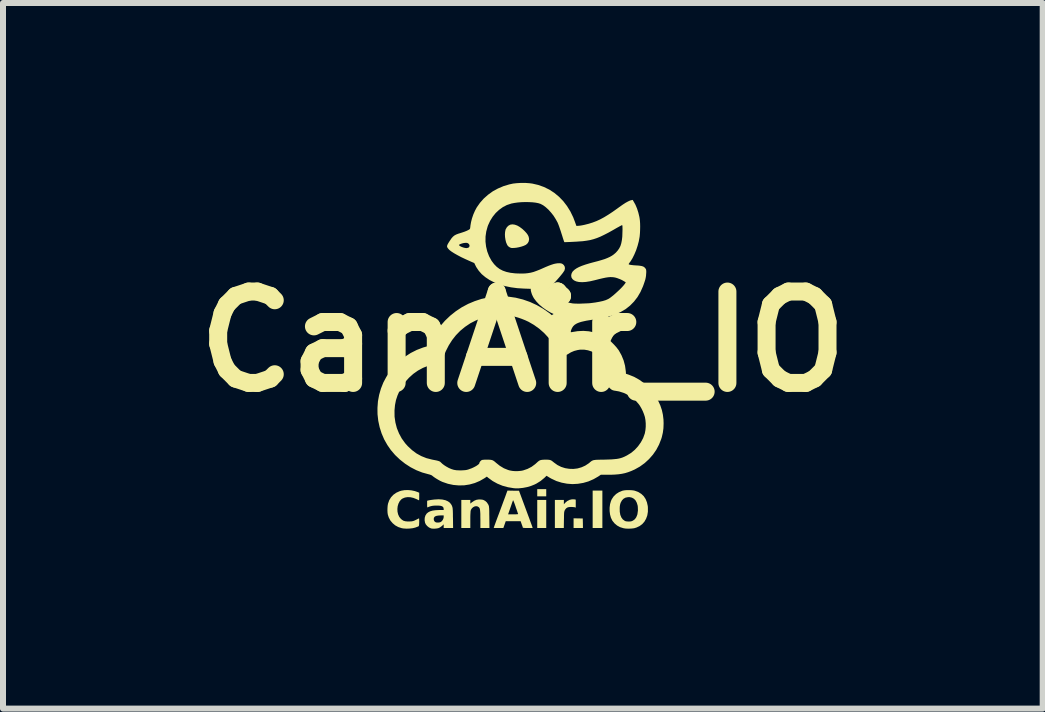
<source format=kicad_pcb>
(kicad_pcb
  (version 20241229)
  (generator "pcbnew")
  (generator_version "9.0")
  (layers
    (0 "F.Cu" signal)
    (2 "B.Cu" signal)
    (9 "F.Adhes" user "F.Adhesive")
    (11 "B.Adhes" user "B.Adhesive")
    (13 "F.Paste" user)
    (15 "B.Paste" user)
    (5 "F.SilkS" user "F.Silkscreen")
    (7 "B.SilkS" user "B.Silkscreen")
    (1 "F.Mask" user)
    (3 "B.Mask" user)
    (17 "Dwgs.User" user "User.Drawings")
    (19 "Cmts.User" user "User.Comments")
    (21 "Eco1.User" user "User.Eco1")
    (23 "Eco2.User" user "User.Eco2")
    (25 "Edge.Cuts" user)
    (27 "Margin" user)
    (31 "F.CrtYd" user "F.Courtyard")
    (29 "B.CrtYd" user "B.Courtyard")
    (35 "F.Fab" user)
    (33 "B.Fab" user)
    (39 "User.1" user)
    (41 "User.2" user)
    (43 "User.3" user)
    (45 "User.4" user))
  (footprint "CanAir_IO"
    (layer "F.Cu")
    (at 5.668 2.646)
    (property "Reference" "CanAir_IO" (at 0 0 0) (layer "F.SilkS") (effects (font (size 1.524 1.524) (thickness 0.3))))
    (attr board_only exclude_from_pos_files exclude_from_bom)
    (fp_poly (pts (xy 0.39 2.58) (xy 0.24 2.58) (xy 0.24 2.46) (xy 0.39 2.46)) (stroke (width 0) (type solid)) (fill yes) (layer "F.SilkS"))
    (fp_poly (pts (xy 0.39 3.108) (xy 0.24 3.108) (xy 0.24 2.64) (xy 0.39 2.64)) (stroke (width 0) (type solid)) (fill yes) (layer "F.SilkS"))
    (fp_poly (pts (xy 1.326 3.108) (xy 1.164 3.108) (xy 1.164 2.484) (xy 1.326 2.484)) (stroke (width 0) (type solid)) (fill yes) (layer "F.SilkS"))
    (fp_poly (pts (xy 0.923 2.948) (xy 0.999 2.949) (xy 1.001 3.029) (xy 1.002 3.108) (xy 0.846 3.108) (xy 0.846 2.946)) (stroke (width 0) (type solid)) (fill yes) (layer "F.SilkS"))
    (fp_poly (pts (xy 0.858 2.63) (xy 0.861 2.631) (xy 0.882 2.635) (xy 0.882 2.768) (xy 0.866 2.762) (xy 0.852 2.76) (xy 0.83 2.758) (xy 0.805 2.757) (xy 0.801 2.757) (xy 0.767 2.759) (xy 0.741 2.767) (xy 0.721 2.781) (xy 0.704 2.803) (xy 0.7 2.81) (xy 0.696 2.819) (xy 0.693 2.828) (xy 0.69 2.84) (xy 0.688 2.855) (xy 0.687 2.876) (xy 0.686 2.904) (xy 0.686 2.941) (xy 0.685 2.972) (xy 0.683 3.108) (xy 0.534 3.108) (xy 0.534 2.64) (xy 0.684 2.64) (xy 0.684 2.712) (xy 0.709 2.685) (xy 0.741 2.658) (xy 0.778 2.639) (xy 0.818 2.63)) (stroke (width 0) (type solid)) (fill yes) (layer "F.SilkS"))
    (fp_poly (pts (xy -0.135 -1.95) (xy -0.093 -1.935) (xy -0.05 -1.91) (xy -0.004 -1.875) (xy 0.03 -1.843) (xy 0.062 -1.808) (xy 0.084 -1.777) (xy 0.097 -1.748) (xy 0.103 -1.718) (xy 0.104 -1.707) (xy 0.098 -1.672) (xy 0.082 -1.642) (xy 0.055 -1.617) (xy 0.047 -1.612) (xy 0.017 -1.598) (xy -0.021 -1.585) (xy -0.063 -1.574) (xy -0.105 -1.566) (xy -0.141 -1.562) (xy -0.168 -1.561) (xy -0.186 -1.561) (xy -0.2 -1.564) (xy -0.213 -1.569) (xy -0.222 -1.574) (xy -0.241 -1.587) (xy -0.256 -1.604) (xy -0.265 -1.621) (xy -0.28 -1.657) (xy -0.29 -1.699) (xy -0.297 -1.744) (xy -0.299 -1.788) (xy -0.296 -1.829) (xy -0.289 -1.864) (xy -0.286 -1.873) (xy -0.265 -1.909) (xy -0.239 -1.934) (xy -0.209 -1.95) (xy -0.174 -1.955)) (stroke (width 0) (type solid)) (fill yes) (layer "F.SilkS"))
    (fp_poly (pts (xy -0.698 2.633) (xy -0.674 2.636) (xy -0.658 2.64) (xy -0.628 2.656) (xy -0.6 2.681) (xy -0.579 2.713) (xy -0.575 2.72) (xy -0.571 2.729) (xy -0.568 2.738) (xy -0.565 2.749) (xy -0.564 2.762) (xy -0.562 2.78) (xy -0.561 2.803) (xy -0.56 2.834) (xy -0.56 2.873) (xy -0.559 2.923) (xy -0.559 2.93) (xy -0.557 3.108) (xy -0.708 3.108) (xy -0.708 2.969) (xy -0.709 2.916) (xy -0.709 2.873) (xy -0.711 2.84) (xy -0.713 2.815) (xy -0.716 2.796) (xy -0.72 2.781) (xy -0.726 2.771) (xy -0.732 2.763) (xy -0.753 2.749) (xy -0.777 2.744) (xy -0.803 2.748) (xy -0.827 2.76) (xy -0.849 2.779) (xy -0.865 2.804) (xy -0.87 2.819) (xy -0.872 2.831) (xy -0.873 2.854) (xy -0.875 2.885) (xy -0.876 2.922) (xy -0.876 2.962) (xy -0.876 2.975) (xy -0.876 3.108) (xy -1.026 3.108) (xy -1.026 2.64) (xy -0.876 2.64) (xy -0.876 2.701) (xy -0.85 2.68) (xy -0.812 2.654) (xy -0.774 2.638) (xy -0.733 2.632) (xy -0.723 2.632)) (stroke (width 0) (type solid)) (fill yes) (layer "F.SilkS"))
    (fp_poly (pts (xy -1.859 2.48) (xy -1.802 2.492) (xy -1.755 2.508) (xy -1.728 2.52) (xy -1.728 2.583) (xy -1.728 2.609) (xy -1.729 2.63) (xy -1.73 2.643) (xy -1.731 2.646) (xy -1.737 2.644) (xy -1.751 2.637) (xy -1.77 2.628) (xy -1.774 2.626) (xy -1.825 2.606) (xy -1.874 2.595) (xy -1.922 2.593) (xy -1.966 2.6) (xy -2.005 2.616) (xy -2.027 2.631) (xy -2.054 2.662) (xy -2.074 2.701) (xy -2.087 2.744) (xy -2.092 2.79) (xy -2.09 2.836) (xy -2.08 2.88) (xy -2.062 2.92) (xy -2.043 2.945) (xy -2.018 2.969) (xy -1.992 2.986) (xy -1.962 2.995) (xy -1.926 2.999) (xy -1.894 2.999) (xy -1.872 2.998) (xy -1.854 2.997) (xy -1.839 2.994) (xy -1.823 2.99) (xy -1.805 2.983) (xy -1.782 2.972) (xy -1.752 2.957) (xy -1.733 2.947) (xy -1.73 2.951) (xy -1.729 2.965) (xy -1.728 2.984) (xy -1.728 3.007) (xy -1.729 3.03) (xy -1.73 3.052) (xy -1.733 3.068) (xy -1.735 3.077) (xy -1.736 3.077) (xy -1.745 3.082) (xy -1.762 3.089) (xy -1.784 3.097) (xy -1.791 3.1) (xy -1.835 3.111) (xy -1.886 3.117) (xy -1.939 3.119) (xy -1.989 3.116) (xy -2.019 3.111) (xy -2.077 3.092) (xy -2.128 3.064) (xy -2.172 3.027) (xy -2.209 2.983) (xy -2.236 2.932) (xy -2.251 2.886) (xy -2.256 2.854) (xy -2.258 2.815) (xy -2.257 2.773) (xy -2.254 2.734) (xy -2.248 2.702) (xy -2.228 2.645) (xy -2.198 2.596) (xy -2.159 2.554) (xy -2.111 2.52) (xy -2.056 2.495) (xy -2.027 2.486) (xy -1.975 2.477) (xy -1.918 2.475)) (stroke (width 0) (type solid)) (fill yes) (layer "F.SilkS"))
    (fp_poly (pts (xy -0.16 2.486) (xy -0.064 2.487) (xy 0.046 2.784) (xy 0.067 2.841) (xy 0.087 2.895) (xy 0.106 2.945) (xy 0.122 2.99) (xy 0.136 3.028) (xy 0.147 3.058) (xy 0.155 3.08) (xy 0.159 3.093) (xy 0.16 3.095) (xy 0.163 3.108) (xy 0.082 3.108) (xy 0.05 3.108) (xy 0.025 3.107) (xy 0.007 3.105) (xy 0.000112 3.103) (xy 0 3.103) (xy -0.002 3.095) (xy -0.007 3.078) (xy -0.015 3.057) (xy -0.019 3.046) (xy -0.037 2.994) (xy -0.161 2.994) (xy -0.285 2.994) (xy -0.305 3.051) (xy -0.325 3.108) (xy -0.406 3.108) (xy -0.435 3.108) (xy -0.46 3.108) (xy -0.477 3.107) (xy -0.486 3.106) (xy -0.486 3.106) (xy -0.484 3.1) (xy -0.478 3.083) (xy -0.469 3.058) (xy -0.457 3.025) (xy -0.442 2.984) (xy -0.425 2.938) (xy -0.406 2.887) (xy -0.403 2.88) (xy -0.246 2.88) (xy -0.161 2.88) (xy -0.126 2.88) (xy -0.102 2.879) (xy -0.087 2.878) (xy -0.08 2.875) (xy -0.079 2.873) (xy -0.082 2.865) (xy -0.088 2.848) (xy -0.096 2.823) (xy -0.107 2.792) (xy -0.119 2.758) (xy -0.12 2.753) (xy -0.132 2.719) (xy -0.143 2.689) (xy -0.152 2.666) (xy -0.159 2.651) (xy -0.162 2.645) (xy -0.163 2.645) (xy -0.166 2.652) (xy -0.172 2.668) (xy -0.181 2.692) (xy -0.191 2.722) (xy -0.203 2.757) (xy -0.206 2.765) (xy -0.246 2.88) (xy -0.403 2.88) (xy -0.385 2.832) (xy -0.377 2.81) (xy -0.356 2.753) (xy -0.336 2.699) (xy -0.318 2.65) (xy -0.301 2.605) (xy -0.287 2.567) (xy -0.276 2.536) (xy -0.268 2.514) (xy -0.263 2.502) (xy -0.263 2.501) (xy -0.257 2.484)) (stroke (width 0) (type solid)) (fill yes) (layer "F.SilkS"))
    (fp_poly (pts (xy 1.815 2.478) (xy 1.848 2.482) (xy 1.869 2.487) (xy 1.927 2.509) (xy 1.976 2.54) (xy 2.016 2.578) (xy 2.047 2.625) (xy 2.069 2.68) (xy 2.083 2.742) (xy 2.085 2.771) (xy 2.085 2.837) (xy 2.075 2.898) (xy 2.055 2.953) (xy 2.027 3.002) (xy 1.991 3.043) (xy 1.946 3.076) (xy 1.895 3.1) (xy 1.855 3.112) (xy 1.814 3.117) (xy 1.768 3.119) (xy 1.721 3.118) (xy 1.68 3.112) (xy 1.676 3.111) (xy 1.621 3.094) (xy 1.572 3.067) (xy 1.529 3.031) (xy 1.494 2.988) (xy 1.49 2.981) (xy 1.468 2.935) (xy 1.454 2.883) (xy 1.447 2.826) (xy 1.447 2.778) (xy 1.615 2.778) (xy 1.616 2.838) (xy 1.625 2.889) (xy 1.642 2.931) (xy 1.666 2.964) (xy 1.697 2.987) (xy 1.711 2.994) (xy 1.724 2.997) (xy 1.745 2.999) (xy 1.766 3) (xy 1.792 2.999) (xy 1.812 2.995) (xy 1.831 2.987) (xy 1.837 2.984) (xy 1.868 2.961) (xy 1.891 2.929) (xy 1.908 2.887) (xy 1.911 2.874) (xy 1.919 2.815) (xy 1.917 2.756) (xy 1.914 2.733) (xy 1.9 2.687) (xy 1.88 2.649) (xy 1.853 2.621) (xy 1.819 2.602) (xy 1.78 2.593) (xy 1.75 2.594) (xy 1.711 2.602) (xy 1.679 2.62) (xy 1.653 2.647) (xy 1.633 2.682) (xy 1.626 2.701) (xy 1.621 2.72) (xy 1.617 2.744) (xy 1.615 2.775) (xy 1.615 2.778) (xy 1.447 2.778) (xy 1.447 2.768) (xy 1.454 2.711) (xy 1.469 2.659) (xy 1.483 2.627) (xy 1.515 2.58) (xy 1.555 2.541) (xy 1.603 2.51) (xy 1.656 2.488) (xy 1.671 2.484) (xy 1.7 2.479) (xy 1.737 2.476) (xy 1.776 2.476)) (stroke (width 0) (type solid)) (fill yes) (layer "F.SilkS"))
    (fp_poly (pts (xy -1.343 2.633) (xy -1.29 2.645) (xy -1.247 2.664) (xy -1.213 2.691) (xy -1.188 2.725) (xy -1.181 2.742) (xy -1.177 2.753) (xy -1.174 2.764) (xy -1.171 2.776) (xy -1.17 2.793) (xy -1.168 2.814) (xy -1.167 2.842) (xy -1.166 2.878) (xy -1.166 2.924) (xy -1.165 2.942) (xy -1.163 3.108) (xy -1.32 3.108) (xy -1.32 3.047) (xy -1.349 3.074) (xy -1.383 3.099) (xy -1.41 3.111) (xy -1.438 3.116) (xy -1.469 3.119) (xy -1.5 3.119) (xy -1.525 3.116) (xy -1.53 3.115) (xy -1.565 3.099) (xy -1.595 3.075) (xy -1.619 3.046) (xy -1.631 3.019) (xy -1.638 2.978) (xy -1.637 2.96) (xy -1.486 2.96) (xy -1.482 2.982) (xy -1.47 3.001) (xy -1.458 3.01) (xy -1.436 3.017) (xy -1.408 3.017) (xy -1.382 3.013) (xy -1.37 3.008) (xy -1.35 2.993) (xy -1.333 2.969) (xy -1.322 2.942) (xy -1.32 2.923) (xy -1.32 2.898) (xy -1.367 2.898) (xy -1.408 2.9) (xy -1.442 2.906) (xy -1.466 2.916) (xy -1.471 2.921) (xy -1.483 2.938) (xy -1.486 2.96) (xy -1.637 2.96) (xy -1.636 2.938) (xy -1.625 2.901) (xy -1.606 2.871) (xy -1.605 2.869) (xy -1.579 2.847) (xy -1.547 2.83) (xy -1.506 2.818) (xy -1.456 2.811) (xy -1.396 2.808) (xy -1.385 2.808) (xy -1.32 2.808) (xy -1.32 2.793) (xy -1.323 2.771) (xy -1.333 2.755) (xy -1.351 2.744) (xy -1.377 2.737) (xy -1.414 2.734) (xy -1.44 2.734) (xy -1.477 2.735) (xy -1.507 2.738) (xy -1.534 2.744) (xy -1.563 2.753) (xy -1.586 2.763) (xy -1.591 2.764) (xy -1.594 2.761) (xy -1.595 2.752) (xy -1.596 2.734) (xy -1.596 2.711) (xy -1.596 2.654) (xy -1.57 2.647) (xy -1.554 2.644) (xy -1.529 2.64) (xy -1.499 2.636) (xy -1.475 2.633) (xy -1.404 2.629)) (stroke (width 0) (type solid)) (fill yes) (layer "F.SilkS"))
    (fp_poly (pts (xy 0.042 -2.646) (xy 0.11 -2.641) (xy 0.157 -2.635) (xy 0.257 -2.612) (xy 0.352 -2.578) (xy 0.442 -2.534) (xy 0.525 -2.48) (xy 0.602 -2.416) (xy 0.673 -2.343) (xy 0.736 -2.261) (xy 0.792 -2.171) (xy 0.84 -2.072) (xy 0.867 -2.001) (xy 0.893 -1.929) (xy 0.928 -1.931) (xy 0.949 -1.933) (xy 0.977 -1.937) (xy 1.008 -1.943) (xy 1.031 -1.948) (xy 1.098 -1.965) (xy 1.162 -1.985) (xy 1.226 -2.009) (xy 1.289 -2.038) (xy 1.354 -2.073) (xy 1.423 -2.115) (xy 1.496 -2.163) (xy 1.575 -2.219) (xy 1.608 -2.243) (xy 1.663 -2.282) (xy 1.712 -2.314) (xy 1.754 -2.337) (xy 1.789 -2.353) (xy 1.805 -2.357) (xy 1.831 -2.363) (xy 1.846 -2.338) (xy 1.877 -2.283) (xy 1.904 -2.219) (xy 1.926 -2.15) (xy 1.943 -2.079) (xy 1.947 -2.055) (xy 1.952 -2.017) (xy 1.955 -1.97) (xy 1.956 -1.918) (xy 1.955 -1.864) (xy 1.953 -1.813) (xy 1.949 -1.767) (xy 1.947 -1.748) (xy 1.933 -1.672) (xy 1.913 -1.597) (xy 1.889 -1.524) (xy 1.86 -1.455) (xy 1.829 -1.392) (xy 1.796 -1.338) (xy 1.781 -1.319) (xy 1.771 -1.305) (xy 1.765 -1.294) (xy 1.764 -1.291) (xy 1.77 -1.286) (xy 1.787 -1.281) (xy 1.814 -1.277) (xy 1.849 -1.273) (xy 1.893 -1.27) (xy 1.902 -1.27) (xy 1.946 -1.266) (xy 1.981 -1.26) (xy 2.007 -1.252) (xy 2.027 -1.239) (xy 2.043 -1.222) (xy 2.045 -1.218) (xy 2.052 -1.208) (xy 2.055 -1.198) (xy 2.057 -1.185) (xy 2.058 -1.166) (xy 2.057 -1.139) (xy 2.056 -1.134) (xy 2.054 -1.1) (xy 2.049 -1.068) (xy 2.042 -1.035) (xy 2.03 -0.998) (xy 2.015 -0.954) (xy 2.003 -0.921) (xy 1.961 -0.827) (xy 1.911 -0.742) (xy 1.853 -0.667) (xy 1.787 -0.6) (xy 1.714 -0.542) (xy 1.632 -0.494) (xy 1.57 -0.465) (xy 1.525 -0.448) (xy 1.48 -0.432) (xy 1.432 -0.418) (xy 1.38 -0.405) (xy 1.321 -0.393) (xy 1.254 -0.381) (xy 1.183 -0.369) (xy 1.117 -0.358) (xy 1.061 -0.349) (xy 1.015 -0.339) (xy 0.976 -0.33) (xy 0.944 -0.32) (xy 0.917 -0.31) (xy 0.894 -0.299) (xy 0.873 -0.286) (xy 0.861 -0.278) (xy 0.839 -0.256) (xy 0.82 -0.227) (xy 0.806 -0.195) (xy 0.801 -0.178) (xy 0.799 -0.163) (xy 0.801 -0.157) (xy 0.809 -0.157) (xy 0.814 -0.158) (xy 0.913 -0.174) (xy 1.008 -0.179) (xy 1.101 -0.172) (xy 1.19 -0.153) (xy 1.277 -0.123) (xy 1.359 -0.082) (xy 1.39 -0.063) (xy 1.432 -0.032) (xy 1.476 0.006) (xy 1.519 0.049) (xy 1.559 0.093) (xy 1.592 0.136) (xy 1.6 0.147) (xy 1.645 0.228) (xy 1.68 0.313) (xy 1.704 0.403) (xy 1.717 0.498) (xy 1.718 0.513) (xy 1.719 0.536) (xy 1.767 0.552) (xy 1.856 0.588) (xy 1.94 0.635) (xy 2.019 0.691) (xy 2.091 0.757) (xy 2.157 0.83) (xy 2.214 0.912) (xy 2.263 1) (xy 2.292 1.064) (xy 2.318 1.141) (xy 2.335 1.218) (xy 2.345 1.3) (xy 2.347 1.365) (xy 2.344 1.446) (xy 2.334 1.52) (xy 2.317 1.593) (xy 2.307 1.625) (xy 2.271 1.717) (xy 2.225 1.804) (xy 2.169 1.885) (xy 2.104 1.959) (xy 2.031 2.026) (xy 1.951 2.084) (xy 1.865 2.132) (xy 1.809 2.157) (xy 1.756 2.177) (xy 1.704 2.193) (xy 1.652 2.204) (xy 1.597 2.212) (xy 1.537 2.217) (xy 1.469 2.22) (xy 1.428 2.22) (xy 1.3 2.22) (xy 1.259 2.248) (xy 1.179 2.294) (xy 1.094 2.331) (xy 1.007 2.356) (xy 0.917 2.371) (xy 0.826 2.376) (xy 0.736 2.369) (xy 0.647 2.352) (xy 0.56 2.325) (xy 0.477 2.286) (xy 0.45 2.271) (xy 0.395 2.237) (xy 0.358 2.273) (xy 0.296 2.324) (xy 0.227 2.367) (xy 0.195 2.383) (xy 0.135 2.407) (xy 0.07 2.426) (xy 0.002 2.439) (xy -0.065 2.446) (xy -0.128 2.446) (xy -0.153 2.444) (xy -0.249 2.428) (xy -0.34 2.403) (xy -0.425 2.368) (xy -0.503 2.325) (xy -0.573 2.274) (xy -0.575 2.273) (xy -0.6 2.251) (xy -0.64 2.278) (xy -0.718 2.323) (xy -0.801 2.358) (xy -0.887 2.382) (xy -0.977 2.396) (xy -1.067 2.398) (xy -1.158 2.39) (xy -1.248 2.371) (xy -1.336 2.341) (xy -1.348 2.336) (xy -1.378 2.322) (xy -1.412 2.303) (xy -1.447 2.282) (xy -1.479 2.261) (xy -1.504 2.242) (xy -1.512 2.235) (xy -1.529 2.225) (xy -1.556 2.216) (xy -1.575 2.211) (xy -1.677 2.183) (xy -1.776 2.144) (xy -1.873 2.094) (xy -1.964 2.035) (xy -2.05 1.967) (xy -2.13 1.891) (xy -2.201 1.808) (xy -2.258 1.726) (xy -2.312 1.631) (xy -2.355 1.531) (xy -2.388 1.427) (xy -2.411 1.32) (xy -2.423 1.212) (xy -2.424 1.152) (xy -2.14 1.152) (xy -2.139 1.252) (xy -2.125 1.349) (xy -2.101 1.442) (xy -2.065 1.531) (xy -2.019 1.616) (xy -1.962 1.695) (xy -1.917 1.745) (xy -1.847 1.81) (xy -1.773 1.865) (xy -1.693 1.909) (xy -1.608 1.943) (xy -1.515 1.967) (xy -1.48 1.974) (xy -1.443 1.981) (xy -1.415 1.988) (xy -1.394 1.995) (xy -1.379 2.003) (xy -1.367 2.014) (xy -1.365 2.016) (xy -1.343 2.037) (xy -1.313 2.06) (xy -1.279 2.082) (xy -1.243 2.102) (xy -1.236 2.106) (xy -1.192 2.125) (xy -1.15 2.138) (xy -1.107 2.145) (xy -1.058 2.147) (xy -1.021 2.147) (xy -0.986 2.145) (xy -0.959 2.143) (xy -0.935 2.139) (xy -0.912 2.133) (xy -0.89 2.125) (xy -0.856 2.113) (xy -0.823 2.098) (xy -0.792 2.082) (xy -0.765 2.066) (xy -0.744 2.05) (xy -0.73 2.038) (xy -0.726 2.029) (xy -0.722 2.014) (xy -0.71 1.996) (xy -0.695 1.982) (xy -0.69 1.978) (xy -0.679 1.973) (xy -0.664 1.971) (xy -0.642 1.969) (xy -0.611 1.968) (xy -0.6 1.968) (xy -0.563 1.969) (xy -0.534 1.971) (xy -0.511 1.976) (xy -0.492 1.985) (xy -0.472 1.999) (xy -0.45 2.018) (xy -0.448 2.02) (xy -0.384 2.071) (xy -0.316 2.112) (xy -0.244 2.141) (xy -0.219 2.148) (xy -0.176 2.156) (xy -0.126 2.16) (xy -0.075 2.159) (xy -0.026 2.154) (xy 0.004 2.148) (xy 0.077 2.123) (xy 0.145 2.088) (xy 0.206 2.043) (xy 0.227 2.024) (xy 0.251 2.002) (xy 0.272 1.986) (xy 0.294 1.976) (xy 0.32 1.971) (xy 0.352 1.969) (xy 0.377 1.968) (xy 0.412 1.969) (xy 0.439 1.971) (xy 0.46 1.976) (xy 0.479 1.985) (xy 0.499 2) (xy 0.52 2.017) (xy 0.577 2.058) (xy 0.639 2.089) (xy 0.705 2.11) (xy 0.773 2.121) (xy 0.843 2.123) (xy 0.911 2.115) (xy 0.978 2.096) (xy 1.04 2.068) (xy 1.098 2.03) (xy 1.108 2.022) (xy 1.124 2.008) (xy 1.138 1.997) (xy 1.151 1.988) (xy 1.164 1.982) (xy 1.178 1.977) (xy 1.197 1.974) (xy 1.22 1.971) (xy 1.25 1.97) (xy 1.288 1.969) (xy 1.336 1.968) (xy 1.359 1.968) (xy 1.425 1.966) (xy 1.48 1.964) (xy 1.526 1.96) (xy 1.566 1.956) (xy 1.601 1.95) (xy 1.633 1.942) (xy 1.663 1.932) (xy 1.694 1.919) (xy 1.726 1.903) (xy 1.739 1.896) (xy 1.806 1.855) (xy 1.867 1.804) (xy 1.921 1.745) (xy 1.968 1.679) (xy 2.006 1.608) (xy 2.033 1.533) (xy 2.035 1.524) (xy 2.044 1.475) (xy 2.049 1.42) (xy 2.049 1.362) (xy 2.044 1.306) (xy 2.035 1.257) (xy 2.02 1.21) (xy 2 1.16) (xy 1.975 1.11) (xy 1.949 1.066) (xy 1.933 1.044) (xy 1.881 0.984) (xy 1.82 0.932) (xy 1.753 0.889) (xy 1.681 0.855) (xy 1.605 0.831) (xy 1.554 0.822) (xy 1.523 0.817) (xy 1.5 0.811) (xy 1.481 0.802) (xy 1.463 0.788) (xy 1.445 0.772) (xy 1.423 0.744) (xy 1.41 0.714) (xy 1.405 0.678) (xy 1.407 0.635) (xy 1.412 0.605) (xy 1.418 0.568) (xy 1.417 0.529) (xy 1.416 0.52) (xy 1.403 0.452) (xy 1.379 0.389) (xy 1.347 0.331) (xy 1.307 0.279) (xy 1.259 0.233) (xy 1.206 0.195) (xy 1.148 0.165) (xy 1.086 0.145) (xy 1.022 0.134) (xy 0.956 0.134) (xy 0.912 0.141) (xy 0.855 0.156) (xy 0.801 0.179) (xy 0.76 0.204) (xy 0.735 0.218) (xy 0.71 0.224) (xy 0.707 0.224) (xy 0.664 0.22) (xy 0.626 0.205) (xy 0.592 0.179) (xy 0.562 0.141) (xy 0.549 0.119) (xy 0.494 0.025) (xy 0.429 -0.063) (xy 0.354 -0.144) (xy 0.272 -0.216) (xy 0.182 -0.28) (xy 0.096 -0.33) (xy 0.04 -0.356) (xy -0.02 -0.38) (xy -0.081 -0.401) (xy -0.139 -0.417) (xy -0.163 -0.423) (xy -0.268 -0.438) (xy -0.374 -0.443) (xy -0.48 -0.436) (xy -0.584 -0.419) (xy -0.686 -0.391) (xy -0.783 -0.353) (xy -0.875 -0.306) (xy -0.961 -0.248) (xy -0.963 -0.247) (xy -1.044 -0.18) (xy -1.116 -0.106) (xy -1.179 -0.026) (xy -1.235 0.062) (xy -1.284 0.158) (xy -1.318 0.24) (xy -1.334 0.279) (xy -1.35 0.309) (xy -1.367 0.331) (xy -1.388 0.348) (xy -1.415 0.36) (xy -1.451 0.371) (xy -1.481 0.378) (xy -1.578 0.403) (xy -1.666 0.438) (xy -1.749 0.483) (xy -1.827 0.538) (xy -1.899 0.603) (xy -1.959 0.67) (xy -2.01 0.74) (xy -2.054 0.816) (xy -2.054 0.817) (xy -2.09 0.898) (xy -2.116 0.977) (xy -2.132 1.059) (xy -2.14 1.148) (xy -2.14 1.152) (xy -2.424 1.152) (xy -2.424 1.103) (xy -2.416 0.994) (xy -2.396 0.887) (xy -2.366 0.783) (xy -2.326 0.682) (xy -2.275 0.586) (xy -2.274 0.585) (xy -2.209 0.489) (xy -2.136 0.402) (xy -2.055 0.322) (xy -1.966 0.252) (xy -1.87 0.19) (xy -1.769 0.139) (xy -1.662 0.098) (xy -1.592 0.078) (xy -1.576 0.072) (xy -1.567 0.066) (xy -1.566 0.063) (xy -1.563 0.054) (xy -1.556 0.036) (xy -1.544 0.012) (xy -1.529 -0.017) (xy -1.513 -0.048) (xy -1.496 -0.08) (xy -1.479 -0.11) (xy -1.464 -0.137) (xy -1.452 -0.156) (xy -1.379 -0.256) (xy -1.299 -0.348) (xy -1.211 -0.432) (xy -1.117 -0.507) (xy -1.017 -0.573) (xy -0.912 -0.629) (xy -0.802 -0.675) (xy -0.689 -0.712) (xy -0.573 -0.737) (xy -0.455 -0.752) (xy -0.335 -0.755) (xy -0.243 -0.75) (xy -0.119 -0.732) (xy 0.002 -0.702) (xy 0.119 -0.661) (xy 0.232 -0.609) (xy 0.341 -0.546) (xy 0.445 -0.473) (xy 0.543 -0.388) (xy 0.547 -0.385) (xy 0.569 -0.365) (xy 0.585 -0.352) (xy 0.601 -0.343) (xy 0.618 -0.338) (xy 0.639 -0.334) (xy 0.647 -0.333) (xy 0.673 -0.33) (xy 0.646 -0.364) (xy 0.627 -0.388) (xy 0.611 -0.406) (xy 0.594 -0.42) (xy 0.573 -0.432) (xy 0.547 -0.445) (xy 0.531 -0.452) (xy 0.459 -0.486) (xy 0.391 -0.527) (xy 0.329 -0.571) (xy 0.272 -0.619) (xy 0.225 -0.669) (xy 0.187 -0.719) (xy 0.18 -0.73) (xy 0.165 -0.758) (xy 0.151 -0.789) (xy 0.141 -0.82) (xy 0.134 -0.847) (xy 0.132 -0.862) (xy 0.132 -0.88) (xy 0.02 -0.884) (xy -0.092 -0.891) (xy -0.198 -0.905) (xy -0.298 -0.926) (xy -0.392 -0.954) (xy -0.478 -0.988) (xy -0.556 -1.028) (xy -0.625 -1.074) (xy -0.686 -1.125) (xy -0.736 -1.182) (xy -0.777 -1.243) (xy -0.787 -1.263) (xy -0.81 -1.31) (xy -0.877 -1.339) (xy -0.957 -1.375) (xy -1.029 -1.409) (xy -1.091 -1.442) (xy -1.144 -1.472) (xy -1.188 -1.5) (xy -1.22 -1.524) (xy -1.237 -1.541) (xy -1.251 -1.558) (xy -1.26 -1.572) (xy -1.264 -1.586) (xy -1.262 -1.602) (xy -1.258 -1.611) (xy -1.065 -1.611) (xy -1.062 -1.605) (xy -1.061 -1.604) (xy -1.045 -1.591) (xy -1.021 -1.579) (xy -0.993 -1.569) (xy -0.965 -1.562) (xy -0.94 -1.559) (xy -0.927 -1.561) (xy -0.914 -1.565) (xy -0.908 -1.566) (xy -0.908 -1.566) (xy -0.904 -1.57) (xy -0.897 -1.576) (xy -0.889 -1.591) (xy -0.89 -1.609) (xy -0.899 -1.626) (xy -0.915 -1.64) (xy -0.932 -1.646) (xy -0.954 -1.647) (xy -0.983 -1.644) (xy -1.013 -1.637) (xy -1.039 -1.628) (xy -1.046 -1.625) (xy -1.06 -1.617) (xy -1.065 -1.611) (xy -1.258 -1.611) (xy -1.254 -1.622) (xy -1.239 -1.648) (xy -1.227 -1.667) (xy -0.623 -1.667) (xy -0.613 -1.583) (xy -0.593 -1.501) (xy -0.563 -1.423) (xy -0.523 -1.35) (xy -0.519 -1.344) (xy -0.479 -1.291) (xy -0.436 -1.247) (xy -0.388 -1.211) (xy -0.334 -1.183) (xy -0.274 -1.162) (xy -0.205 -1.147) (xy -0.127 -1.138) (xy -0.084 -1.136) (xy -0.022 -1.135) (xy 0.033 -1.136) (xy 0.082 -1.141) (xy 0.13 -1.149) (xy 0.177 -1.161) (xy 0.227 -1.179) (xy 0.283 -1.201) (xy 0.324 -1.219) (xy 0.385 -1.246) (xy 0.436 -1.267) (xy 0.48 -1.283) (xy 0.518 -1.295) (xy 0.551 -1.302) (xy 0.581 -1.306) (xy 0.585 -1.306) (xy 0.619 -1.307) (xy 0.643 -1.303) (xy 0.663 -1.294) (xy 0.681 -1.278) (xy 0.686 -1.272) (xy 0.699 -1.248) (xy 0.702 -1.22) (xy 0.695 -1.19) (xy 0.693 -1.185) (xy 0.682 -1.168) (xy 0.665 -1.143) (xy 0.641 -1.113) (xy 0.613 -1.079) (xy 0.581 -1.042) (xy 0.546 -1.003) (xy 0.522 -0.977) (xy 0.497 -0.951) (xy 0.474 -0.926) (xy 0.455 -0.905) (xy 0.441 -0.889) (xy 0.435 -0.883) (xy 0.419 -0.864) (xy 0.46 -0.823) (xy 0.513 -0.777) (xy 0.572 -0.736) (xy 0.636 -0.7) (xy 0.702 -0.671) (xy 0.767 -0.649) (xy 0.829 -0.637) (xy 0.839 -0.636) (xy 0.87 -0.634) (xy 0.91 -0.633) (xy 0.956 -0.633) (xy 1.005 -0.635) (xy 1.053 -0.637) (xy 1.099 -0.639) (xy 1.131 -0.642) (xy 1.207 -0.652) (xy 1.275 -0.664) (xy 1.334 -0.677) (xy 1.383 -0.692) (xy 1.421 -0.709) (xy 1.425 -0.711) (xy 1.451 -0.727) (xy 1.481 -0.75) (xy 1.516 -0.778) (xy 1.552 -0.81) (xy 1.588 -0.843) (xy 1.623 -0.876) (xy 1.654 -0.908) (xy 1.68 -0.937) (xy 1.699 -0.961) (xy 1.706 -0.971) (xy 1.716 -0.989) (xy 1.676 -1.013) (xy 1.651 -1.027) (xy 1.62 -1.041) (xy 1.588 -1.053) (xy 1.578 -1.057) (xy 1.549 -1.066) (xy 1.52 -1.072) (xy 1.491 -1.075) (xy 1.459 -1.076) (xy 1.423 -1.073) (xy 1.382 -1.067) (xy 1.334 -1.057) (xy 1.278 -1.044) (xy 1.212 -1.027) (xy 1.2 -1.024) (xy 1.122 -1.006) (xy 1.052 -0.995) (xy 0.989 -0.991) (xy 0.935 -0.994) (xy 0.89 -1.004) (xy 0.853 -1.021) (xy 0.828 -1.042) (xy 0.811 -1.069) (xy 0.806 -1.1) (xy 0.811 -1.131) (xy 0.826 -1.162) (xy 0.836 -1.174) (xy 0.861 -1.198) (xy 0.894 -1.221) (xy 0.935 -1.243) (xy 0.985 -1.264) (xy 1.045 -1.285) (xy 1.115 -1.306) (xy 1.178 -1.323) (xy 1.251 -1.342) (xy 1.313 -1.36) (xy 1.367 -1.377) (xy 1.412 -1.395) (xy 1.451 -1.413) (xy 1.485 -1.432) (xy 1.515 -1.453) (xy 1.542 -1.476) (xy 1.552 -1.485) (xy 1.582 -1.519) (xy 1.607 -1.555) (xy 1.627 -1.594) (xy 1.641 -1.639) (xy 1.651 -1.69) (xy 1.658 -1.75) (xy 1.66 -1.807) (xy 1.661 -1.842) (xy 1.662 -1.875) (xy 1.661 -1.902) (xy 1.661 -1.92) (xy 1.66 -1.928) (xy 1.656 -1.944) (xy 1.631 -1.931) (xy 1.617 -1.924) (xy 1.596 -1.912) (xy 1.568 -1.897) (xy 1.537 -1.879) (xy 1.506 -1.861) (xy 1.429 -1.818) (xy 1.359 -1.782) (xy 1.295 -1.751) (xy 1.236 -1.727) (xy 1.179 -1.708) (xy 1.122 -1.693) (xy 1.065 -1.683) (xy 1.005 -1.675) (xy 0.996 -1.674) (xy 0.968 -1.672) (xy 0.935 -1.67) (xy 0.898 -1.667) (xy 0.859 -1.665) (xy 0.82 -1.663) (xy 0.783 -1.661) (xy 0.75 -1.66) (xy 0.722 -1.659) (xy 0.703 -1.658) (xy 0.692 -1.659) (xy 0.691 -1.659) (xy 0.689 -1.665) (xy 0.683 -1.681) (xy 0.675 -1.705) (xy 0.665 -1.736) (xy 0.654 -1.772) (xy 0.645 -1.799) (xy 0.632 -1.841) (xy 0.618 -1.882) (xy 0.605 -1.92) (xy 0.593 -1.952) (xy 0.583 -1.976) (xy 0.58 -1.984) (xy 0.548 -2.042) (xy 0.512 -2.099) (xy 0.471 -2.151) (xy 0.428 -2.199) (xy 0.383 -2.24) (xy 0.339 -2.273) (xy 0.296 -2.296) (xy 0.296 -2.296) (xy 0.259 -2.308) (xy 0.213 -2.317) (xy 0.16 -2.323) (xy 0.101 -2.326) (xy 0.04 -2.327) (xy -0.023 -2.325) (xy -0.084 -2.32) (xy -0.141 -2.312) (xy -0.193 -2.302) (xy -0.195 -2.301) (xy -0.267 -2.277) (xy -0.334 -2.242) (xy -0.396 -2.197) (xy -0.453 -2.144) (xy -0.503 -2.082) (xy -0.546 -2.013) (xy -0.581 -1.937) (xy -0.587 -1.92) (xy -0.61 -1.837) (xy -0.622 -1.753) (xy -0.623 -1.667) (xy -1.227 -1.667) (xy -1.218 -1.681) (xy -1.214 -1.686) (xy -1.19 -1.722) (xy -1.166 -1.749) (xy -1.142 -1.769) (xy -1.113 -1.785) (xy -1.077 -1.799) (xy -1.047 -1.808) (xy -1.007 -1.821) (xy -0.969 -1.834) (xy -0.937 -1.847) (xy -0.91 -1.86) (xy -0.891 -1.871) (xy -0.883 -1.88) (xy -0.882 -1.88) (xy -0.879 -1.893) (xy -0.876 -1.913) (xy -0.874 -1.934) (xy -0.864 -1.992) (xy -0.848 -2.055) (xy -0.826 -2.119) (xy -0.799 -2.181) (xy -0.769 -2.237) (xy -0.715 -2.314) (xy -0.652 -2.385) (xy -0.58 -2.449) (xy -0.501 -2.506) (xy -0.415 -2.553) (xy -0.323 -2.592) (xy -0.227 -2.621) (xy -0.163 -2.635) (xy -0.1 -2.642) (xy -0.03 -2.646)) (stroke (width 0) (type solid)) (fill yes) (layer "F.SilkS")))
  (gr_rect
    (start -3 -3)
    (end 14.336 8.765)
    (stroke (width 0.1) (type default))
    (fill no)
    (layer "Edge.Cuts")))
</source>
